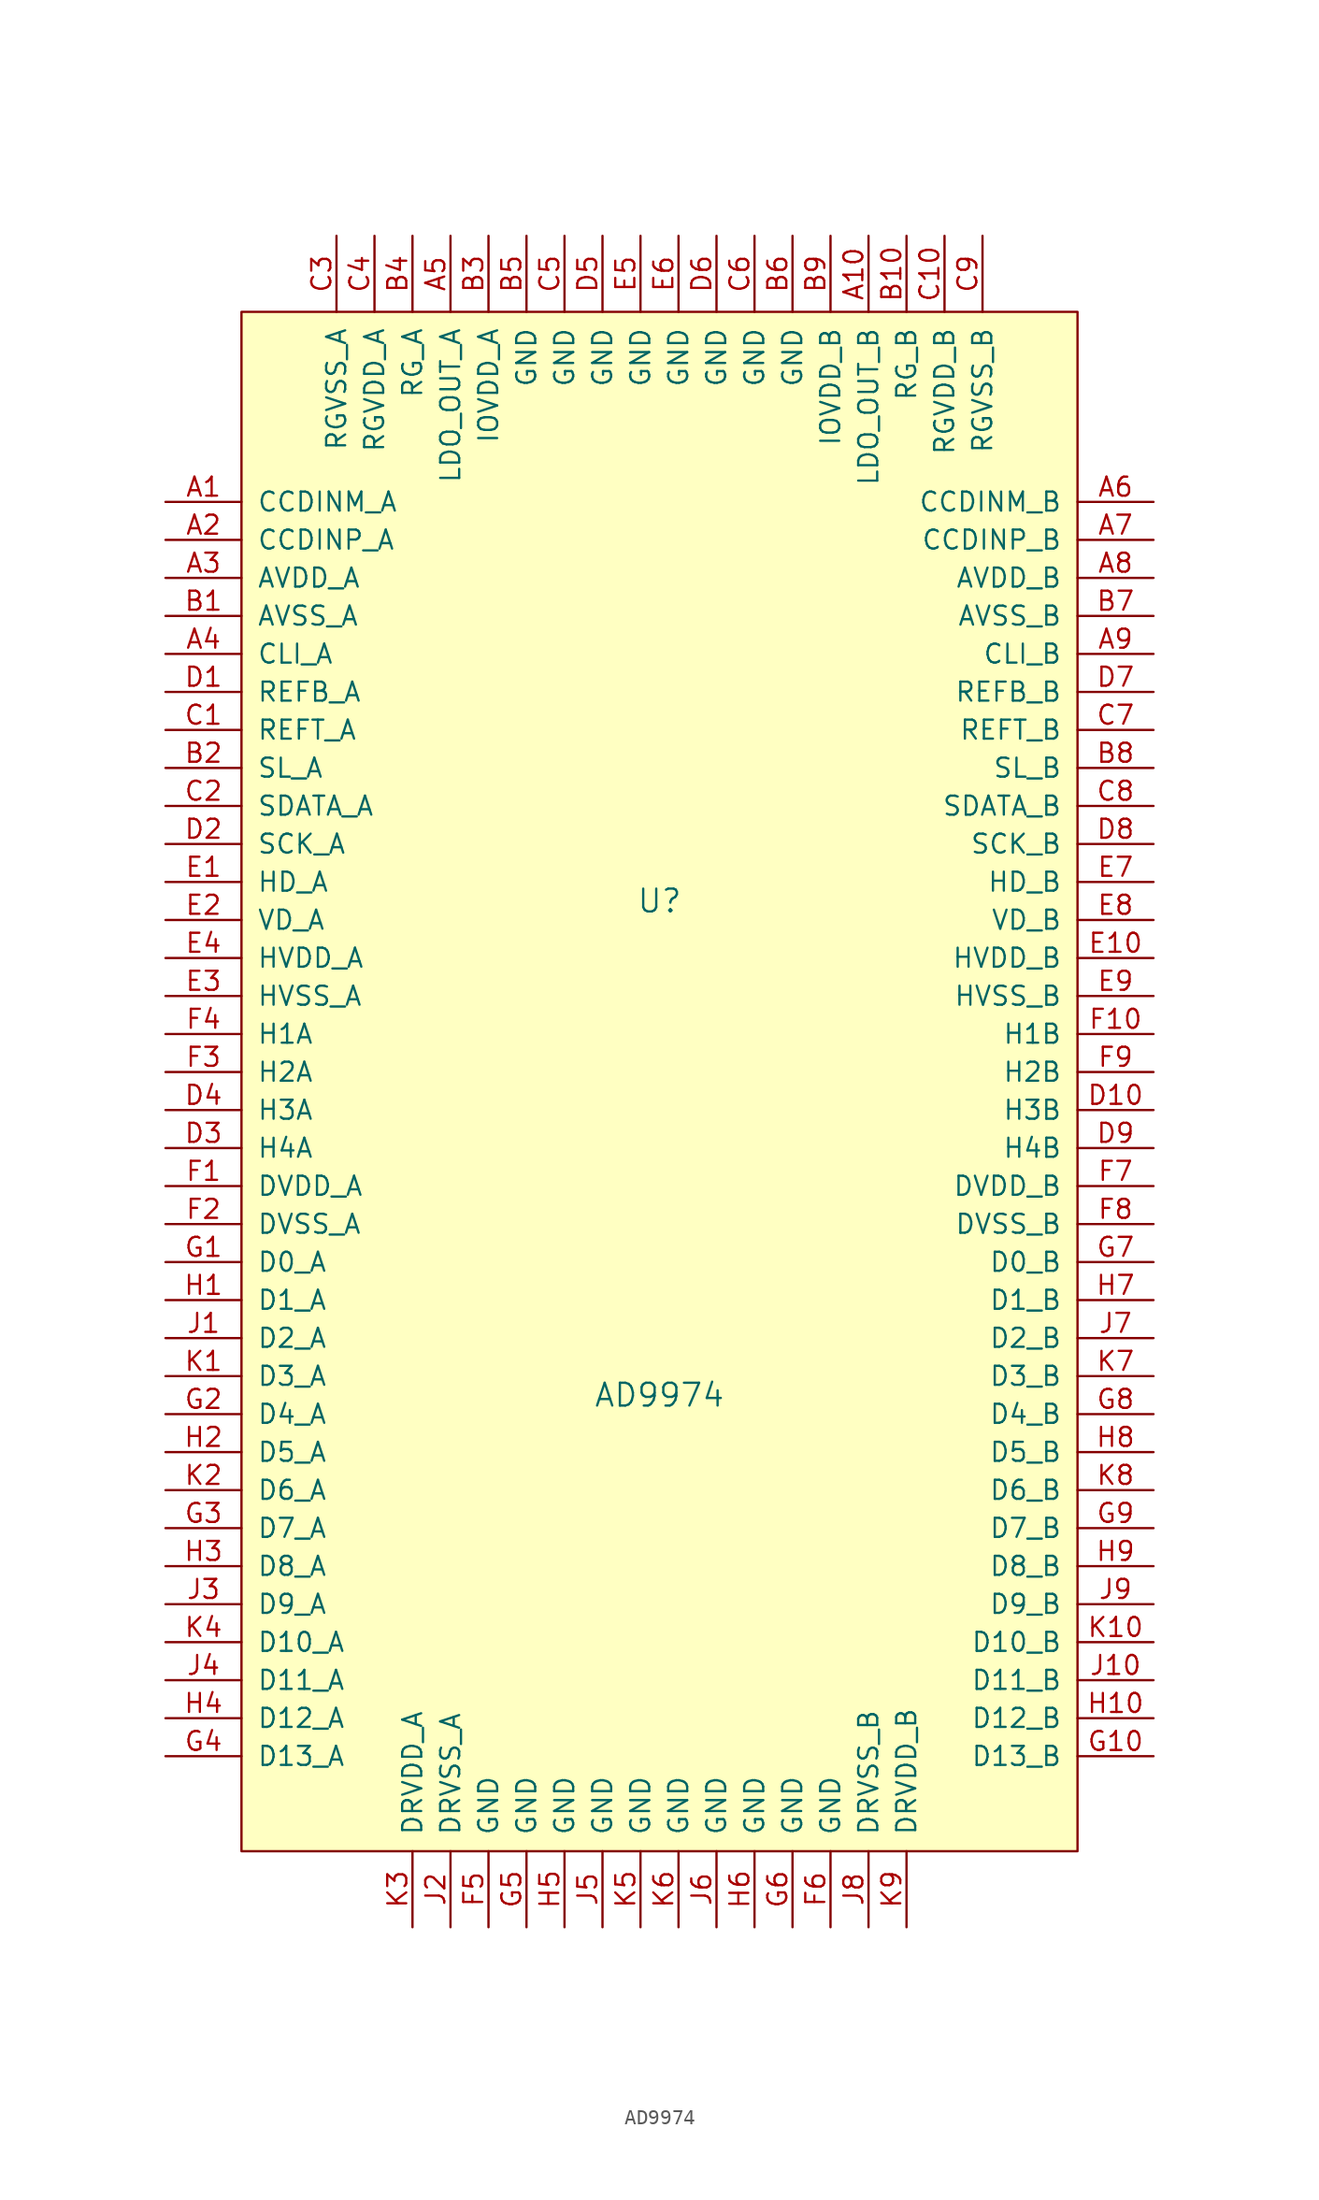
<source format=kicad_sym>
(kicad_symbol_lib
  (version 20231120)
  (generator "kicad_symbol_editor")
  (generator_version "8.0")
  (symbol "AD9974"
    (pin_names
      (offset 1.016))
    (property "Reference" "U"
      (at 0 12.7 0)
      (effects (font (size 1.524 1.524))))
    (property "Value" "AD9974"
      (at 0 -20.32 0)
      (effects (font (size 1.524 1.524))))
    (property "Footprint" ""
      (at 20.32 -8.89 0)
      (effects (font (size 1.524 1.524))))
    (property "Datasheet" ""
      (at 20.32 -8.89 0)
      (effects (font (size 1.524 1.524))))
    (symbol "AD9974_0_1"
      (rectangle (start -27.94 52.07) (end 27.94 -50.8) (stroke (width 0) (type default)) (fill (type background))))
    (symbol "AD9974_1_1"
      (pin input line (at -33.02 39.37 0) (length 5.08) (name "CCDINM_A" (effects (font (size 1.27 1.27)))) (number "A1" (effects (font (size 1.27 1.27)))))
      (pin input line (at 13.97 57.15 270) (length 5.08) (name "LDO_OUT_B" (effects (font (size 1.27 1.27)))) (number "A10" (effects (font (size 1.27 1.27)))))
      (pin input line (at -33.02 36.83 0) (length 5.08) (name "CCDINP_A" (effects (font (size 1.27 1.27)))) (number "A2" (effects (font (size 1.27 1.27)))))
      (pin input line (at -33.02 34.29 0) (length 5.08) (name "AVDD_A" (effects (font (size 1.27 1.27)))) (number "A3" (effects (font (size 1.27 1.27)))))
      (pin input line (at -33.02 29.21 0) (length 5.08) (name "CLI_A" (effects (font (size 1.27 1.27)))) (number "A4" (effects (font (size 1.27 1.27)))))
      (pin input line (at -13.97 57.15 270) (length 5.08) (name "LDO_OUT_A" (effects (font (size 1.27 1.27)))) (number "A5" (effects (font (size 1.27 1.27)))))
      (pin input line (at 33.02 39.37 180) (length 5.08) (name "CCDINM_B" (effects (font (size 1.27 1.27)))) (number "A6" (effects (font (size 1.27 1.27)))))
      (pin input line (at 33.02 36.83 180) (length 5.08) (name "CCDINP_B" (effects (font (size 1.27 1.27)))) (number "A7" (effects (font (size 1.27 1.27)))))
      (pin input line (at 33.02 34.29 180) (length 5.08) (name "AVDD_B" (effects (font (size 1.27 1.27)))) (number "A8" (effects (font (size 1.27 1.27)))))
      (pin input line (at 33.02 29.21 180) (length 5.08) (name "CLI_B" (effects (font (size 1.27 1.27)))) (number "A9" (effects (font (size 1.27 1.27)))))
      (pin input line (at -33.02 31.75 0) (length 5.08) (name "AVSS_A" (effects (font (size 1.27 1.27)))) (number "B1" (effects (font (size 1.27 1.27)))))
      (pin input line (at 16.51 57.15 270) (length 5.08) (name "RG_B" (effects (font (size 1.27 1.27)))) (number "B10" (effects (font (size 1.27 1.27)))))
      (pin input line (at -33.02 21.59 0) (length 5.08) (name "SL_A" (effects (font (size 1.27 1.27)))) (number "B2" (effects (font (size 1.27 1.27)))))
      (pin input line (at -11.43 57.15 270) (length 5.08) (name "IOVDD_A" (effects (font (size 1.27 1.27)))) (number "B3" (effects (font (size 1.27 1.27)))))
      (pin input line (at -16.51 57.15 270) (length 5.08) (name "RG_A" (effects (font (size 1.27 1.27)))) (number "B4" (effects (font (size 1.27 1.27)))))
      (pin input line (at -8.89 57.15 270) (length 5.08) (name "GND" (effects (font (size 1.27 1.27)))) (number "B5" (effects (font (size 1.27 1.27)))))
      (pin input line (at 8.89 57.15 270) (length 5.08) (name "GND" (effects (font (size 1.27 1.27)))) (number "B6" (effects (font (size 1.27 1.27)))))
      (pin input line (at 33.02 31.75 180) (length 5.08) (name "AVSS_B" (effects (font (size 1.27 1.27)))) (number "B7" (effects (font (size 1.27 1.27)))))
      (pin input line (at 33.02 21.59 180) (length 5.08) (name "SL_B" (effects (font (size 1.27 1.27)))) (number "B8" (effects (font (size 1.27 1.27)))))
      (pin input line (at 11.43 57.15 270) (length 5.08) (name "IOVDD_B" (effects (font (size 1.27 1.27)))) (number "B9" (effects (font (size 1.27 1.27)))))
      (pin input line (at -33.02 24.13 0) (length 5.08) (name "REFT_A" (effects (font (size 1.27 1.27)))) (number "C1" (effects (font (size 1.27 1.27)))))
      (pin input line (at 19.05 57.15 270) (length 5.08) (name "RGVDD_B" (effects (font (size 1.27 1.27)))) (number "C10" (effects (font (size 1.27 1.27)))))
      (pin input line (at -33.02 19.05 0) (length 5.08) (name "SDATA_A" (effects (font (size 1.27 1.27)))) (number "C2" (effects (font (size 1.27 1.27)))))
      (pin input line (at -21.59 57.15 270) (length 5.08) (name "RGVSS_A" (effects (font (size 1.27 1.27)))) (number "C3" (effects (font (size 1.27 1.27)))))
      (pin input line (at -19.05 57.15 270) (length 5.08) (name "RGVDD_A" (effects (font (size 1.27 1.27)))) (number "C4" (effects (font (size 1.27 1.27)))))
      (pin input line (at -6.35 57.15 270) (length 5.08) (name "GND" (effects (font (size 1.27 1.27)))) (number "C5" (effects (font (size 1.27 1.27)))))
      (pin input line (at 6.35 57.15 270) (length 5.08) (name "GND" (effects (font (size 1.27 1.27)))) (number "C6" (effects (font (size 1.27 1.27)))))
      (pin input line (at 33.02 24.13 180) (length 5.08) (name "REFT_B" (effects (font (size 1.27 1.27)))) (number "C7" (effects (font (size 1.27 1.27)))))
      (pin input line (at 33.02 19.05 180) (length 5.08) (name "SDATA_B" (effects (font (size 1.27 1.27)))) (number "C8" (effects (font (size 1.27 1.27)))))
      (pin input line (at 21.59 57.15 270) (length 5.08) (name "RGVSS_B" (effects (font (size 1.27 1.27)))) (number "C9" (effects (font (size 1.27 1.27)))))
      (pin input line (at -33.02 26.67 0) (length 5.08) (name "REFB_A" (effects (font (size 1.27 1.27)))) (number "D1" (effects (font (size 1.27 1.27)))))
      (pin output line (at 33.02 -1.27 180) (length 5.08) (name "H3B" (effects (font (size 1.27 1.27)))) (number "D10" (effects (font (size 1.27 1.27)))))
      (pin input line (at -33.02 16.51 0) (length 5.08) (name "SCK_A" (effects (font (size 1.27 1.27)))) (number "D2" (effects (font (size 1.27 1.27)))))
      (pin output line (at -33.02 -3.81 0) (length 5.08) (name "H4A" (effects (font (size 1.27 1.27)))) (number "D3" (effects (font (size 1.27 1.27)))))
      (pin output line (at -33.02 -1.27 0) (length 5.08) (name "H3A" (effects (font (size 1.27 1.27)))) (number "D4" (effects (font (size 1.27 1.27)))))
      (pin input line (at -3.81 57.15 270) (length 5.08) (name "GND" (effects (font (size 1.27 1.27)))) (number "D5" (effects (font (size 1.27 1.27)))))
      (pin input line (at 3.81 57.15 270) (length 5.08) (name "GND" (effects (font (size 1.27 1.27)))) (number "D6" (effects (font (size 1.27 1.27)))))
      (pin input line (at 33.02 26.67 180) (length 5.08) (name "REFB_B" (effects (font (size 1.27 1.27)))) (number "D7" (effects (font (size 1.27 1.27)))))
      (pin input line (at 33.02 16.51 180) (length 5.08) (name "SCK_B" (effects (font (size 1.27 1.27)))) (number "D8" (effects (font (size 1.27 1.27)))))
      (pin output line (at 33.02 -3.81 180) (length 5.08) (name "H4B" (effects (font (size 1.27 1.27)))) (number "D9" (effects (font (size 1.27 1.27)))))
      (pin input line (at -33.02 13.97 0) (length 5.08) (name "HD_A" (effects (font (size 1.27 1.27)))) (number "E1" (effects (font (size 1.27 1.27)))))
      (pin input line (at 33.02 8.89 180) (length 5.08) (name "HVDD_B" (effects (font (size 1.27 1.27)))) (number "E10" (effects (font (size 1.27 1.27)))))
      (pin input line (at -33.02 11.43 0) (length 5.08) (name "VD_A" (effects (font (size 1.27 1.27)))) (number "E2" (effects (font (size 1.27 1.27)))))
      (pin input line (at -33.02 6.35 0) (length 5.08) (name "HVSS_A" (effects (font (size 1.27 1.27)))) (number "E3" (effects (font (size 1.27 1.27)))))
      (pin input line (at -33.02 8.89 0) (length 5.08) (name "HVDD_A" (effects (font (size 1.27 1.27)))) (number "E4" (effects (font (size 1.27 1.27)))))
      (pin input line (at -1.27 57.15 270) (length 5.08) (name "GND" (effects (font (size 1.27 1.27)))) (number "E5" (effects (font (size 1.27 1.27)))))
      (pin input line (at 1.27 57.15 270) (length 5.08) (name "GND" (effects (font (size 1.27 1.27)))) (number "E6" (effects (font (size 1.27 1.27)))))
      (pin input line (at 33.02 13.97 180) (length 5.08) (name "HD_B" (effects (font (size 1.27 1.27)))) (number "E7" (effects (font (size 1.27 1.27)))))
      (pin input line (at 33.02 11.43 180) (length 5.08) (name "VD_B" (effects (font (size 1.27 1.27)))) (number "E8" (effects (font (size 1.27 1.27)))))
      (pin input line (at 33.02 6.35 180) (length 5.08) (name "HVSS_B" (effects (font (size 1.27 1.27)))) (number "E9" (effects (font (size 1.27 1.27)))))
      (pin input line (at -33.02 -6.35 0) (length 5.08) (name "DVDD_A" (effects (font (size 1.27 1.27)))) (number "F1" (effects (font (size 1.27 1.27)))))
      (pin output line (at 33.02 3.81 180) (length 5.08) (name "H1B" (effects (font (size 1.27 1.27)))) (number "F10" (effects (font (size 1.27 1.27)))))
      (pin input line (at -33.02 -8.89 0) (length 5.08) (name "DVSS_A" (effects (font (size 1.27 1.27)))) (number "F2" (effects (font (size 1.27 1.27)))))
      (pin output line (at -33.02 1.27 0) (length 5.08) (name "H2A" (effects (font (size 1.27 1.27)))) (number "F3" (effects (font (size 1.27 1.27)))))
      (pin output line (at -33.02 3.81 0) (length 5.08) (name "H1A" (effects (font (size 1.27 1.27)))) (number "F4" (effects (font (size 1.27 1.27)))))
      (pin input line (at -11.43 -55.88 90) (length 5.08) (name "GND" (effects (font (size 1.27 1.27)))) (number "F5" (effects (font (size 1.27 1.27)))))
      (pin input line (at 11.43 -55.88 90) (length 5.08) (name "GND" (effects (font (size 1.27 1.27)))) (number "F6" (effects (font (size 1.27 1.27)))))
      (pin input line (at 33.02 -6.35 180) (length 5.08) (name "DVDD_B" (effects (font (size 1.27 1.27)))) (number "F7" (effects (font (size 1.27 1.27)))))
      (pin input line (at 33.02 -8.89 180) (length 5.08) (name "DVSS_B" (effects (font (size 1.27 1.27)))) (number "F8" (effects (font (size 1.27 1.27)))))
      (pin output line (at 33.02 1.27 180) (length 5.08) (name "H2B" (effects (font (size 1.27 1.27)))) (number "F9" (effects (font (size 1.27 1.27)))))
      (pin input line (at -33.02 -11.43 0) (length 5.08) (name "D0_A" (effects (font (size 1.27 1.27)))) (number "G1" (effects (font (size 1.27 1.27)))))
      (pin input line (at 33.02 -44.45 180) (length 5.08) (name "D13_B" (effects (font (size 1.27 1.27)))) (number "G10" (effects (font (size 1.27 1.27)))))
      (pin input line (at -33.02 -21.59 0) (length 5.08) (name "D4_A" (effects (font (size 1.27 1.27)))) (number "G2" (effects (font (size 1.27 1.27)))))
      (pin input line (at -33.02 -29.21 0) (length 5.08) (name "D7_A" (effects (font (size 1.27 1.27)))) (number "G3" (effects (font (size 1.27 1.27)))))
      (pin input line (at -33.02 -44.45 0) (length 5.08) (name "D13_A" (effects (font (size 1.27 1.27)))) (number "G4" (effects (font (size 1.27 1.27)))))
      (pin input line (at -8.89 -55.88 90) (length 5.08) (name "GND" (effects (font (size 1.27 1.27)))) (number "G5" (effects (font (size 1.27 1.27)))))
      (pin input line (at 8.89 -55.88 90) (length 5.08) (name "GND" (effects (font (size 1.27 1.27)))) (number "G6" (effects (font (size 1.27 1.27)))))
      (pin output line (at 33.02 -11.43 180) (length 5.08) (name "D0_B" (effects (font (size 1.27 1.27)))) (number "G7" (effects (font (size 1.27 1.27)))))
      (pin input line (at 33.02 -21.59 180) (length 5.08) (name "D4_B" (effects (font (size 1.27 1.27)))) (number "G8" (effects (font (size 1.27 1.27)))))
      (pin input line (at 33.02 -29.21 180) (length 5.08) (name "D7_B" (effects (font (size 1.27 1.27)))) (number "G9" (effects (font (size 1.27 1.27)))))
      (pin input line (at -33.02 -13.97 0) (length 5.08) (name "D1_A" (effects (font (size 1.27 1.27)))) (number "H1" (effects (font (size 1.27 1.27)))))
      (pin input line (at 33.02 -41.91 180) (length 5.08) (name "D12_B" (effects (font (size 1.27 1.27)))) (number "H10" (effects (font (size 1.27 1.27)))))
      (pin input line (at -33.02 -24.13 0) (length 5.08) (name "D5_A" (effects (font (size 1.27 1.27)))) (number "H2" (effects (font (size 1.27 1.27)))))
      (pin input line (at -33.02 -31.75 0) (length 5.08) (name "D8_A" (effects (font (size 1.27 1.27)))) (number "H3" (effects (font (size 1.27 1.27)))))
      (pin input line (at -33.02 -41.91 0) (length 5.08) (name "D12_A" (effects (font (size 1.27 1.27)))) (number "H4" (effects (font (size 1.27 1.27)))))
      (pin input line (at -6.35 -55.88 90) (length 5.08) (name "GND" (effects (font (size 1.27 1.27)))) (number "H5" (effects (font (size 1.27 1.27)))))
      (pin input line (at 6.35 -55.88 90) (length 5.08) (name "GND" (effects (font (size 1.27 1.27)))) (number "H6" (effects (font (size 1.27 1.27)))))
      (pin output line (at 33.02 -13.97 180) (length 5.08) (name "D1_B" (effects (font (size 1.27 1.27)))) (number "H7" (effects (font (size 1.27 1.27)))))
      (pin input line (at 33.02 -24.13 180) (length 5.08) (name "D5_B" (effects (font (size 1.27 1.27)))) (number "H8" (effects (font (size 1.27 1.27)))))
      (pin input line (at 33.02 -31.75 180) (length 5.08) (name "D8_B" (effects (font (size 1.27 1.27)))) (number "H9" (effects (font (size 1.27 1.27)))))
      (pin input line (at -33.02 -16.51 0) (length 5.08) (name "D2_A" (effects (font (size 1.27 1.27)))) (number "J1" (effects (font (size 1.27 1.27)))))
      (pin input line (at 33.02 -39.37 180) (length 5.08) (name "D11_B" (effects (font (size 1.27 1.27)))) (number "J10" (effects (font (size 1.27 1.27)))))
      (pin input line (at -13.97 -55.88 90) (length 5.08) (name "DRVSS_A" (effects (font (size 1.27 1.27)))) (number "J2" (effects (font (size 1.27 1.27)))))
      (pin input line (at -33.02 -34.29 0) (length 5.08) (name "D9_A" (effects (font (size 1.27 1.27)))) (number "J3" (effects (font (size 1.27 1.27)))))
      (pin input line (at -33.02 -39.37 0) (length 5.08) (name "D11_A" (effects (font (size 1.27 1.27)))) (number "J4" (effects (font (size 1.27 1.27)))))
      (pin input line (at -3.81 -55.88 90) (length 5.08) (name "GND" (effects (font (size 1.27 1.27)))) (number "J5" (effects (font (size 1.27 1.27)))))
      (pin input line (at 3.81 -55.88 90) (length 5.08) (name "GND" (effects (font (size 1.27 1.27)))) (number "J6" (effects (font (size 1.27 1.27)))))
      (pin input line (at 33.02 -16.51 180) (length 5.08) (name "D2_B" (effects (font (size 1.27 1.27)))) (number "J7" (effects (font (size 1.27 1.27)))))
      (pin input line (at 13.97 -55.88 90) (length 5.08) (name "DRVSS_B" (effects (font (size 1.27 1.27)))) (number "J8" (effects (font (size 1.27 1.27)))))
      (pin input line (at 33.02 -34.29 180) (length 5.08) (name "D9_B" (effects (font (size 1.27 1.27)))) (number "J9" (effects (font (size 1.27 1.27)))))
      (pin input line (at -33.02 -19.05 0) (length 5.08) (name "D3_A" (effects (font (size 1.27 1.27)))) (number "K1" (effects (font (size 1.27 1.27)))))
      (pin input line (at 33.02 -36.83 180) (length 5.08) (name "D10_B" (effects (font (size 1.27 1.27)))) (number "K10" (effects (font (size 1.27 1.27)))))
      (pin input line (at -33.02 -26.67 0) (length 5.08) (name "D6_A" (effects (font (size 1.27 1.27)))) (number "K2" (effects (font (size 1.27 1.27)))))
      (pin input line (at -16.51 -55.88 90) (length 5.08) (name "DRVDD_A" (effects (font (size 1.27 1.27)))) (number "K3" (effects (font (size 1.27 1.27)))))
      (pin input line (at -33.02 -36.83 0) (length 5.08) (name "D10_A" (effects (font (size 1.27 1.27)))) (number "K4" (effects (font (size 1.27 1.27)))))
      (pin input line (at -1.27 -55.88 90) (length 5.08) (name "GND" (effects (font (size 1.27 1.27)))) (number "K5" (effects (font (size 1.27 1.27)))))
      (pin input line (at 1.27 -55.88 90) (length 5.08) (name "GND" (effects (font (size 1.27 1.27)))) (number "K6" (effects (font (size 1.27 1.27)))))
      (pin input line (at 33.02 -19.05 180) (length 5.08) (name "D3_B" (effects (font (size 1.27 1.27)))) (number "K7" (effects (font (size 1.27 1.27)))))
      (pin input line (at 33.02 -26.67 180) (length 5.08) (name "D6_B" (effects (font (size 1.27 1.27)))) (number "K8" (effects (font (size 1.27 1.27)))))
      (pin input line (at 16.51 -55.88 90) (length 5.08) (name "DRVDD_B" (effects (font (size 1.27 1.27)))) (number "K9" (effects (font (size 1.27 1.27))))))))
</source>
